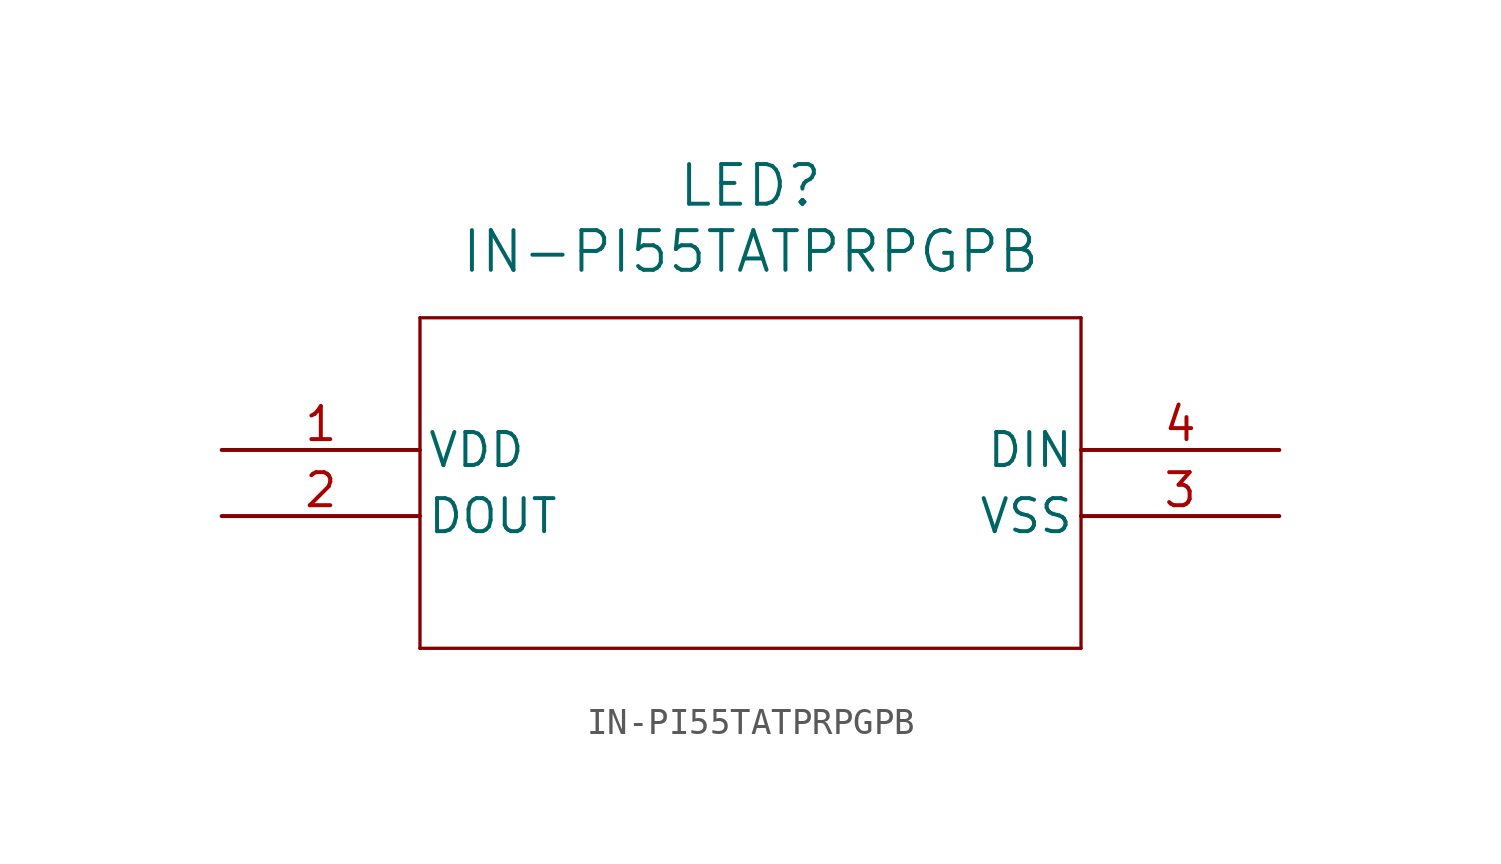
<source format=kicad_sym>
(kicad_symbol_lib
  (version 20211014)
  (generator kicad_symbol_editor)
  (symbol "IN-PI55TATPRPGPB"
    (pin_names
      (offset 0.254))
    (property "Reference" "LED"
      (at 20.32 10.16 0)
      (effects (font (size 1.524 1.524))))
    (property "Value" "IN-PI55TATPRPGPB"
      (at 20.32 7.62 0)
      (effects (font (size 1.524 1.524))))
    (symbol "IN-PI55TATPRPGPB_0_1"
      (polyline (pts (xy 7.62 5.08) (xy 7.62 -7.62)) (stroke (width 0.127) (type default) (color 0 0 0 0)) (fill (type none)))
      (polyline (pts (xy 7.62 -7.62) (xy 33.02 -7.62)) (stroke (width 0.127) (type default) (color 0 0 0 0)) (fill (type none)))
      (polyline (pts (xy 33.02 -7.62) (xy 33.02 5.08)) (stroke (width 0.127) (type default) (color 0 0 0 0)) (fill (type none)))
      (polyline (pts (xy 33.02 5.08) (xy 7.62 5.08)) (stroke (width 0.127) (type default) (color 0 0 0 0)) (fill (type none)))
      (pin power_in line (at 0 0 0) (length 7.62) (name "VDD" (effects (font (size 1.27 1.27)))) (number "1" (effects (font (size 1.27 1.27)))))
      (pin output line (at 0 -2.54 0) (length 7.62) (name "DOUT" (effects (font (size 1.27 1.27)))) (number "2" (effects (font (size 1.27 1.27)))))
      (pin power_out line (at 40.64 -2.54 180) (length 7.62) (name "VSS" (effects (font (size 1.27 1.27)))) (number "3" (effects (font (size 1.27 1.27)))))
      (pin input line (at 40.64 0 180) (length 7.62) (name "DIN" (effects (font (size 1.27 1.27)))) (number "4" (effects (font (size 1.27 1.27))))))))
</source>
